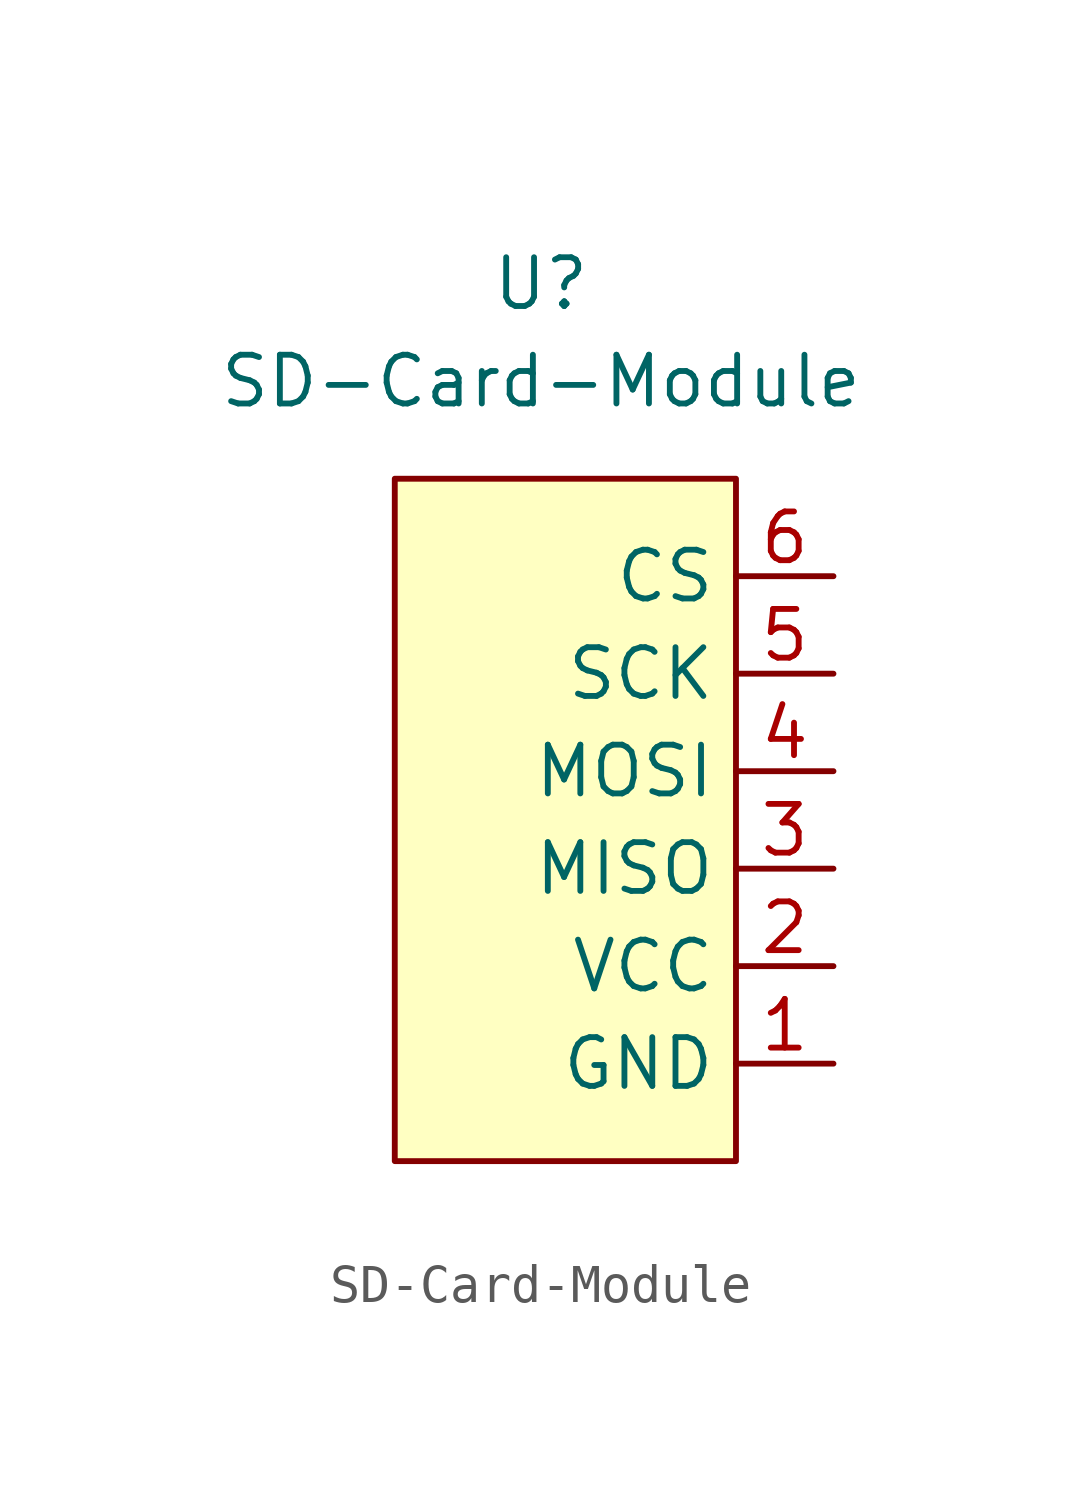
<source format=kicad_sym>
(kicad_symbol_lib
  (version 20220914)
  (generator kicad_symbol_editor)
  (symbol "SD-Card-Module"
    (property "Reference" "U"
      (at 0 0 0)
      (effects (font (size 1.27 1.27))))
    (property "Value" "SD-Card-Module"
      (at 0 -2.54 0)
      (effects (font (size 1.27 1.27))))
    (symbol "SD-Card-Module_1_1"
      (rectangle (start -3.81 -5.08) (end 5.08 -22.86) (stroke (width 0) (type default)) (fill (type background)))
      (pin passive line (at 7.62 -20.32 180) (length 2.54) (name "GND" (effects (font (size 1.27 1.27)))) (number "1" (effects (font (size 1.27 1.27)))))
      (pin power_in line (at 7.62 -17.78 180) (length 2.54) (name "VCC" (effects (font (size 1.27 1.27)))) (number "2" (effects (font (size 1.27 1.27)))))
      (pin bidirectional line (at 7.62 -15.24 180) (length 2.54) (name "MISO" (effects (font (size 1.27 1.27)))) (number "3" (effects (font (size 1.27 1.27)))))
      (pin bidirectional line (at 7.62 -12.7 180) (length 2.54) (name "MOSI" (effects (font (size 1.27 1.27)))) (number "4" (effects (font (size 1.27 1.27)))))
      (pin bidirectional line (at 7.62 -10.16 180) (length 2.54) (name "SCK" (effects (font (size 1.27 1.27)))) (number "5" (effects (font (size 1.27 1.27)))))
      (pin bidirectional line (at 7.62 -7.62 180) (length 2.54) (name "CS" (effects (font (size 1.27 1.27)))) (number "6" (effects (font (size 1.27 1.27))))))))
</source>
